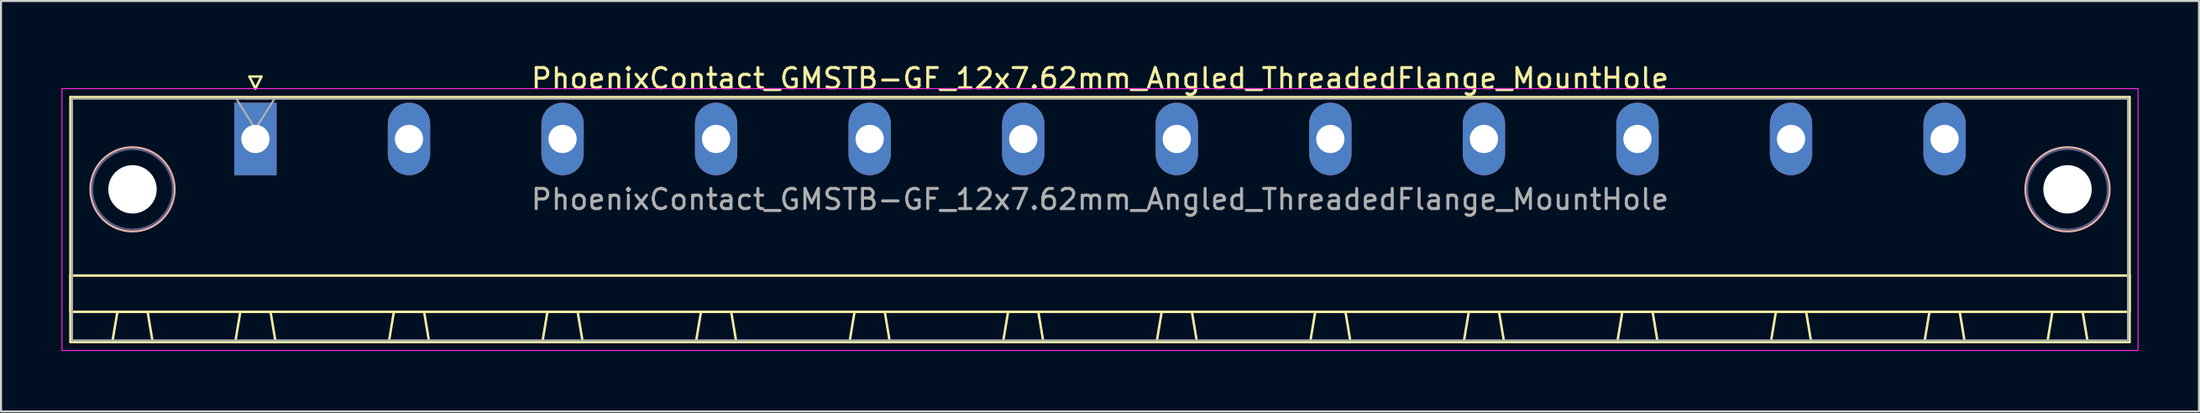
<source format=kicad_pcb>
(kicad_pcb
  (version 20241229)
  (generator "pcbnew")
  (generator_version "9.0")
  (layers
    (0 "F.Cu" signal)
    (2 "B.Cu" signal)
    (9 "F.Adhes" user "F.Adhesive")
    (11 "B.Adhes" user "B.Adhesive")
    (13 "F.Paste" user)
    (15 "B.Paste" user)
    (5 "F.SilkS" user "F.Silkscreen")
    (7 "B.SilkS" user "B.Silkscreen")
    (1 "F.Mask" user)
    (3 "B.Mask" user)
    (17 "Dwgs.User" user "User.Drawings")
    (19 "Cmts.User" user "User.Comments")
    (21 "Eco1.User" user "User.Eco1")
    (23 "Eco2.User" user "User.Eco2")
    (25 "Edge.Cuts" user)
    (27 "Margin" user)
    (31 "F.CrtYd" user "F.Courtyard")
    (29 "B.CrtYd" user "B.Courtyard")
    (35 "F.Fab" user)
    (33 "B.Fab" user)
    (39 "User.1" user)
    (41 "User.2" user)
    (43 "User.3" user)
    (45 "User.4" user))
  (footprint "PhoenixContact_GMSTB-GF_12x7.62mm_Angled_ThreadedFlange_MountHole"
    (layer "F.Cu")
    (at 9.625 3.848)
    (property "Reference" "PhoenixContact_GMSTB-GF_12x7.62mm_Angled_ThreadedFlange_MountHole" (at 41.91 -3 0) (layer "F.SilkS") (effects (font (size 1 1) (thickness 0.15))))
    (attr through_hole)
    (fp_line (start -9.18 -2.08) (end -9.18 10.08) (stroke (width 0.12) (type solid)) (layer "F.SilkS"))
    (fp_line (start -9.18 6.78) (end 93 6.78) (stroke (width 0.12) (type solid)) (layer "F.SilkS"))
    (fp_line (start -9.18 8.58) (end -9.18 6.78) (stroke (width 0.12) (type solid)) (layer "F.SilkS"))
    (fp_line (start -9.18 10.08) (end 93 10.08) (stroke (width 0.12) (type solid)) (layer "F.SilkS"))
    (fp_line (start -7.1 10.08) (end -5.1 10.08) (stroke (width 0.12) (type solid)) (layer "F.SilkS"))
    (fp_line (start -6.85 8.58) (end -7.1 10.08) (stroke (width 0.12) (type solid)) (layer "F.SilkS"))
    (fp_line (start -5.35 8.58) (end -6.85 8.58) (stroke (width 0.12) (type solid)) (layer "F.SilkS"))
    (fp_line (start -5.1 10.08) (end -5.35 8.58) (stroke (width 0.12) (type solid)) (layer "F.SilkS"))
    (fp_line (start -1 10.08) (end 1 10.08) (stroke (width 0.12) (type solid)) (layer "F.SilkS"))
    (fp_line (start -0.75 8.58) (end -1 10.08) (stroke (width 0.12) (type solid)) (layer "F.SilkS"))
    (fp_line (start -0.3 -3.1) (end 0.3 -3.1) (stroke (width 0.12) (type solid)) (layer "F.SilkS"))
    (fp_line (start 0 -2.5) (end -0.3 -3.1) (stroke (width 0.12) (type solid)) (layer "F.SilkS"))
    (fp_line (start 0.3 -3.1) (end 0 -2.5) (stroke (width 0.12) (type solid)) (layer "F.SilkS"))
    (fp_line (start 0.75 8.58) (end -0.75 8.58) (stroke (width 0.12) (type solid)) (layer "F.SilkS"))
    (fp_line (start 1 10.08) (end 0.75 8.58) (stroke (width 0.12) (type solid)) (layer "F.SilkS"))
    (fp_line (start 6.62 10.08) (end 8.62 10.08) (stroke (width 0.12) (type solid)) (layer "F.SilkS"))
    (fp_line (start 6.87 8.58) (end 6.62 10.08) (stroke (width 0.12) (type solid)) (layer "F.SilkS"))
    (fp_line (start 8.37 8.58) (end 6.87 8.58) (stroke (width 0.12) (type solid)) (layer "F.SilkS"))
    (fp_line (start 8.62 10.08) (end 8.37 8.58) (stroke (width 0.12) (type solid)) (layer "F.SilkS"))
    (fp_line (start 14.24 10.08) (end 16.24 10.08) (stroke (width 0.12) (type solid)) (layer "F.SilkS"))
    (fp_line (start 14.49 8.58) (end 14.24 10.08) (stroke (width 0.12) (type solid)) (layer "F.SilkS"))
    (fp_line (start 15.99 8.58) (end 14.49 8.58) (stroke (width 0.12) (type solid)) (layer "F.SilkS"))
    (fp_line (start 16.24 10.08) (end 15.99 8.58) (stroke (width 0.12) (type solid)) (layer "F.SilkS"))
    (fp_line (start 21.86 10.08) (end 23.86 10.08) (stroke (width 0.12) (type solid)) (layer "F.SilkS"))
    (fp_line (start 22.11 8.58) (end 21.86 10.08) (stroke (width 0.12) (type solid)) (layer "F.SilkS"))
    (fp_line (start 23.61 8.58) (end 22.11 8.58) (stroke (width 0.12) (type solid)) (layer "F.SilkS"))
    (fp_line (start 23.86 10.08) (end 23.61 8.58) (stroke (width 0.12) (type solid)) (layer "F.SilkS"))
    (fp_line (start 29.48 10.08) (end 31.48 10.08) (stroke (width 0.12) (type solid)) (layer "F.SilkS"))
    (fp_line (start 29.73 8.58) (end 29.48 10.08) (stroke (width 0.12) (type solid)) (layer "F.SilkS"))
    (fp_line (start 31.23 8.58) (end 29.73 8.58) (stroke (width 0.12) (type solid)) (layer "F.SilkS"))
    (fp_line (start 31.48 10.08) (end 31.23 8.58) (stroke (width 0.12) (type solid)) (layer "F.SilkS"))
    (fp_line (start 37.1 10.08) (end 39.1 10.08) (stroke (width 0.12) (type solid)) (layer "F.SilkS"))
    (fp_line (start 37.35 8.58) (end 37.1 10.08) (stroke (width 0.12) (type solid)) (layer "F.SilkS"))
    (fp_line (start 38.85 8.58) (end 37.35 8.58) (stroke (width 0.12) (type solid)) (layer "F.SilkS"))
    (fp_line (start 39.1 10.08) (end 38.85 8.58) (stroke (width 0.12) (type solid)) (layer "F.SilkS"))
    (fp_line (start 44.72 10.08) (end 46.72 10.08) (stroke (width 0.12) (type solid)) (layer "F.SilkS"))
    (fp_line (start 44.97 8.58) (end 44.72 10.08) (stroke (width 0.12) (type solid)) (layer "F.SilkS"))
    (fp_line (start 46.47 8.58) (end 44.97 8.58) (stroke (width 0.12) (type solid)) (layer "F.SilkS"))
    (fp_line (start 46.72 10.08) (end 46.47 8.58) (stroke (width 0.12) (type solid)) (layer "F.SilkS"))
    (fp_line (start 52.34 10.08) (end 54.34 10.08) (stroke (width 0.12) (type solid)) (layer "F.SilkS"))
    (fp_line (start 52.59 8.58) (end 52.34 10.08) (stroke (width 0.12) (type solid)) (layer "F.SilkS"))
    (fp_line (start 54.09 8.58) (end 52.59 8.58) (stroke (width 0.12) (type solid)) (layer "F.SilkS"))
    (fp_line (start 54.34 10.08) (end 54.09 8.58) (stroke (width 0.12) (type solid)) (layer "F.SilkS"))
    (fp_line (start 59.96 10.08) (end 61.96 10.08) (stroke (width 0.12) (type solid)) (layer "F.SilkS"))
    (fp_line (start 60.21 8.58) (end 59.96 10.08) (stroke (width 0.12) (type solid)) (layer "F.SilkS"))
    (fp_line (start 61.71 8.58) (end 60.21 8.58) (stroke (width 0.12) (type solid)) (layer "F.SilkS"))
    (fp_line (start 61.96 10.08) (end 61.71 8.58) (stroke (width 0.12) (type solid)) (layer "F.SilkS"))
    (fp_line (start 67.58 10.08) (end 69.58 10.08) (stroke (width 0.12) (type solid)) (layer "F.SilkS"))
    (fp_line (start 67.83 8.58) (end 67.58 10.08) (stroke (width 0.12) (type solid)) (layer "F.SilkS"))
    (fp_line (start 69.33 8.58) (end 67.83 8.58) (stroke (width 0.12) (type solid)) (layer "F.SilkS"))
    (fp_line (start 69.58 10.08) (end 69.33 8.58) (stroke (width 0.12) (type solid)) (layer "F.SilkS"))
    (fp_line (start 75.2 10.08) (end 77.2 10.08) (stroke (width 0.12) (type solid)) (layer "F.SilkS"))
    (fp_line (start 75.45 8.58) (end 75.2 10.08) (stroke (width 0.12) (type solid)) (layer "F.SilkS"))
    (fp_line (start 76.95 8.58) (end 75.45 8.58) (stroke (width 0.12) (type solid)) (layer "F.SilkS"))
    (fp_line (start 77.2 10.08) (end 76.95 8.58) (stroke (width 0.12) (type solid)) (layer "F.SilkS"))
    (fp_line (start 82.82 10.08) (end 84.82 10.08) (stroke (width 0.12) (type solid)) (layer "F.SilkS"))
    (fp_line (start 83.07 8.58) (end 82.82 10.08) (stroke (width 0.12) (type solid)) (layer "F.SilkS"))
    (fp_line (start 84.57 8.58) (end 83.07 8.58) (stroke (width 0.12) (type solid)) (layer "F.SilkS"))
    (fp_line (start 84.82 10.08) (end 84.57 8.58) (stroke (width 0.12) (type solid)) (layer "F.SilkS"))
    (fp_line (start 88.92 10.08) (end 90.92 10.08) (stroke (width 0.12) (type solid)) (layer "F.SilkS"))
    (fp_line (start 89.17 8.58) (end 88.92 10.08) (stroke (width 0.12) (type solid)) (layer "F.SilkS"))
    (fp_line (start 90.67 8.58) (end 89.17 8.58) (stroke (width 0.12) (type solid)) (layer "F.SilkS"))
    (fp_line (start 90.92 10.08) (end 90.67 8.58) (stroke (width 0.12) (type solid)) (layer "F.SilkS"))
    (fp_line (start 93 -2.08) (end -9.18 -2.08) (stroke (width 0.12) (type solid)) (layer "F.SilkS"))
    (fp_line (start 93 6.78) (end 93 8.58) (stroke (width 0.12) (type solid)) (layer "F.SilkS"))
    (fp_line (start 93 8.58) (end -9.18 8.58) (stroke (width 0.12) (type solid)) (layer "F.SilkS"))
    (fp_line (start 93 10.08) (end 93 -2.08) (stroke (width 0.12) (type solid)) (layer "F.SilkS"))
    (fp_circle (center -6.1 2.5) (end -4.02 2.5) (stroke (width 0.12) (type solid)) (fill no) (layer "B.SilkS"))
    (fp_circle (center 89.92 2.5) (end 92 2.5) (stroke (width 0.12) (type solid)) (fill no) (layer "B.SilkS"))
    (fp_line (start -9.6 -2.5) (end -9.6 10.5) (stroke (width 0.05) (type solid)) (layer "F.CrtYd"))
    (fp_line (start -9.6 10.5) (end 93.42 10.5) (stroke (width 0.05) (type solid)) (layer "F.CrtYd"))
    (fp_line (start 93.42 -2.5) (end -9.6 -2.5) (stroke (width 0.05) (type solid)) (layer "F.CrtYd"))
    (fp_line (start 93.42 10.5) (end 93.42 -2.5) (stroke (width 0.05) (type solid)) (layer "F.CrtYd"))
    (fp_circle (center -6.1 2.5) (end -4.1 2.5) (stroke (width 0.1) (type solid)) (fill no) (layer "B.Fab"))
    (fp_circle (center 89.92 2.5) (end 91.92 2.5) (stroke (width 0.1) (type solid)) (fill no) (layer "B.Fab"))
    (fp_line (start -9.1 -2) (end -9.1 10) (stroke (width 0.1) (type solid)) (layer "F.Fab"))
    (fp_line (start -9.1 10) (end 92.92 10) (stroke (width 0.1) (type solid)) (layer "F.Fab"))
    (fp_line (start 0 -0.5) (end -0.95 -2) (stroke (width 0.1) (type solid)) (layer "F.Fab"))
    (fp_line (start 0.95 -2) (end 0 -0.5) (stroke (width 0.1) (type solid)) (layer "F.Fab"))
    (fp_line (start 92.92 -2) (end -9.1 -2) (stroke (width 0.1) (type solid)) (layer "F.Fab"))
    (fp_line (start 92.92 10) (end 92.92 -2) (stroke (width 0.1) (type solid)) (layer "F.Fab"))
    (fp_text user "${REFERENCE}" (at 41.91 3 0) (layer "F.Fab") (effects (font (size 1 1) (thickness 0.15))))
    (pad "" np_thru_hole circle (at -6.1 2.5) (size 2.4 2.4) (drill 2.4) (layers "*.Cu" "*.Mask"))
    (pad "" np_thru_hole circle (at 89.92 2.5) (size 2.4 2.4) (drill 2.4) (layers "*.Cu" "*.Mask"))
    (pad "1" thru_hole rect (at 0 0) (size 2.1 3.6) (drill 1.4) (layers "*.Cu" "*.Mask"))
    (pad "2" thru_hole oval (at 7.62 0) (size 2.1 3.6) (drill 1.4) (layers "*.Cu" "*.Mask"))
    (pad "3" thru_hole oval (at 15.24 0) (size 2.1 3.6) (drill 1.4) (layers "*.Cu" "*.Mask"))
    (pad "4" thru_hole oval (at 22.86 0) (size 2.1 3.6) (drill 1.4) (layers "*.Cu" "*.Mask"))
    (pad "5" thru_hole oval (at 30.48 0) (size 2.1 3.6) (drill 1.4) (layers "*.Cu" "*.Mask"))
    (pad "6" thru_hole oval (at 38.1 0) (size 2.1 3.6) (drill 1.4) (layers "*.Cu" "*.Mask"))
    (pad "7" thru_hole oval (at 45.72 0) (size 2.1 3.6) (drill 1.4) (layers "*.Cu" "*.Mask"))
    (pad "8" thru_hole oval (at 53.34 0) (size 2.1 3.6) (drill 1.4) (layers "*.Cu" "*.Mask"))
    (pad "9" thru_hole oval (at 60.96 0) (size 2.1 3.6) (drill 1.4) (layers "*.Cu" "*.Mask"))
    (pad "10" thru_hole oval (at 68.58 0) (size 2.1 3.6) (drill 1.4) (layers "*.Cu" "*.Mask"))
    (pad "11" thru_hole oval (at 76.2 0) (size 2.1 3.6) (drill 1.4) (layers "*.Cu" "*.Mask"))
    (pad "12" thru_hole oval (at 83.82 0) (size 2.1 3.6) (drill 1.4) (layers "*.Cu" "*.Mask")))
  (gr_rect
    (start -3 -3)
    (end 106.07 17.373)
    (stroke (width 0.1) (type default))
    (fill no)
    (layer "Edge.Cuts")))
</source>
